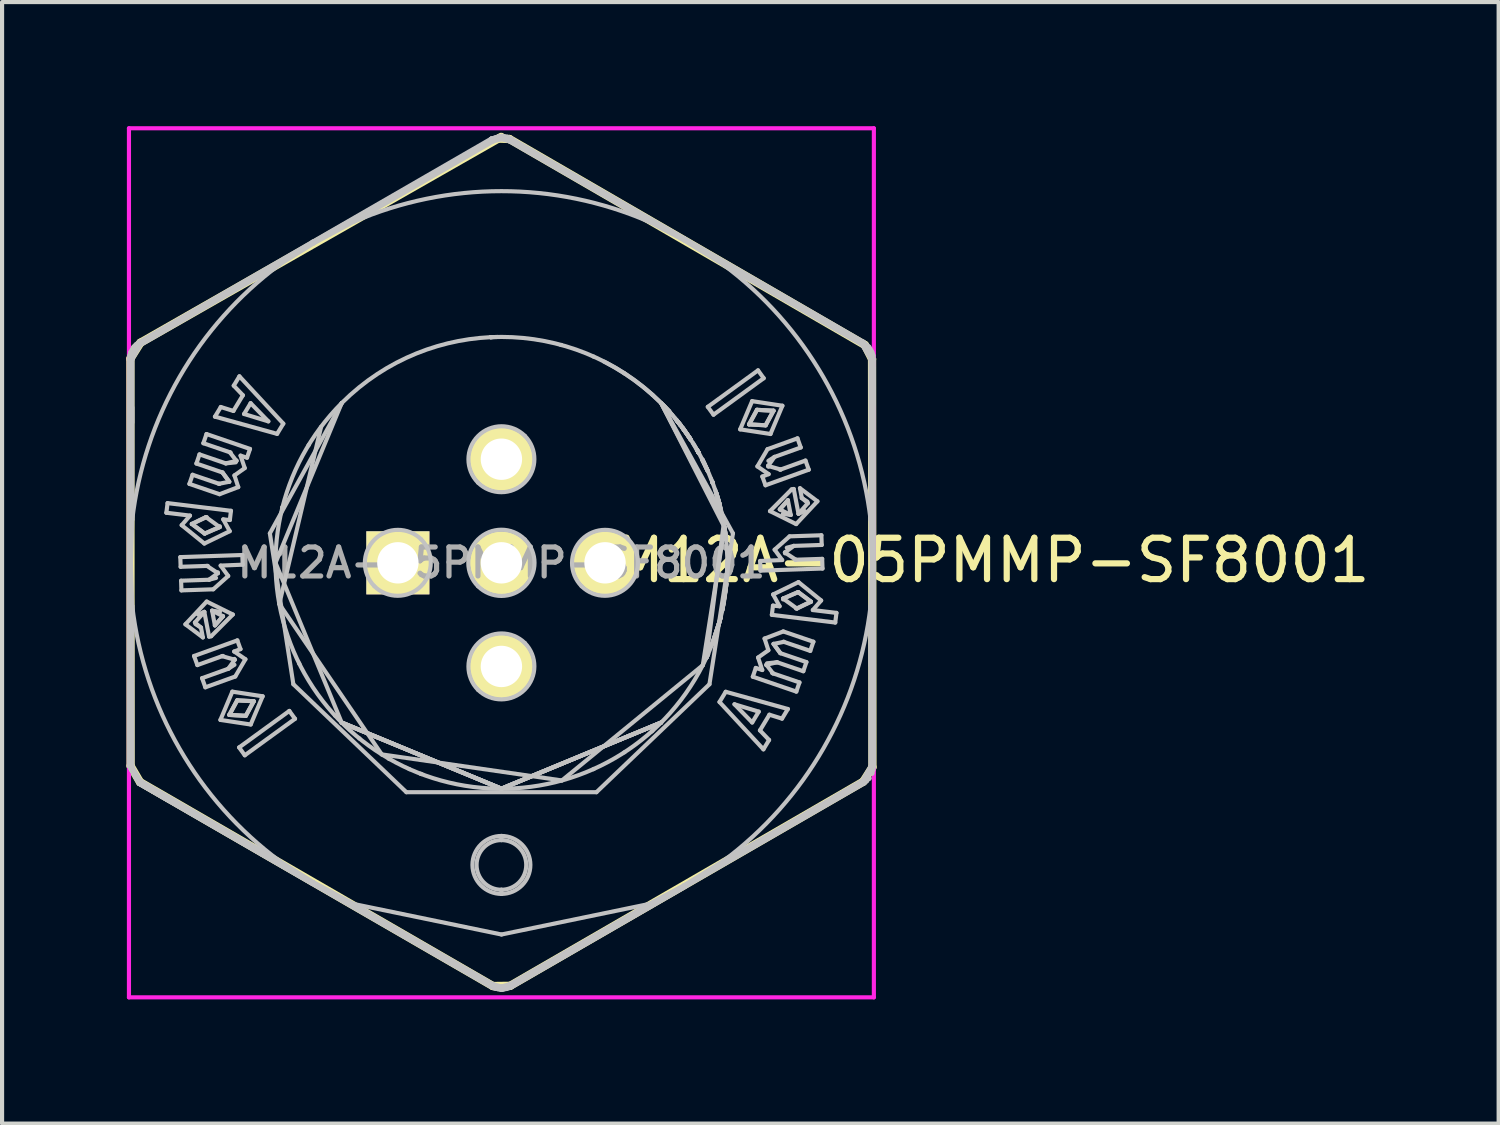
<source format=kicad_pcb>
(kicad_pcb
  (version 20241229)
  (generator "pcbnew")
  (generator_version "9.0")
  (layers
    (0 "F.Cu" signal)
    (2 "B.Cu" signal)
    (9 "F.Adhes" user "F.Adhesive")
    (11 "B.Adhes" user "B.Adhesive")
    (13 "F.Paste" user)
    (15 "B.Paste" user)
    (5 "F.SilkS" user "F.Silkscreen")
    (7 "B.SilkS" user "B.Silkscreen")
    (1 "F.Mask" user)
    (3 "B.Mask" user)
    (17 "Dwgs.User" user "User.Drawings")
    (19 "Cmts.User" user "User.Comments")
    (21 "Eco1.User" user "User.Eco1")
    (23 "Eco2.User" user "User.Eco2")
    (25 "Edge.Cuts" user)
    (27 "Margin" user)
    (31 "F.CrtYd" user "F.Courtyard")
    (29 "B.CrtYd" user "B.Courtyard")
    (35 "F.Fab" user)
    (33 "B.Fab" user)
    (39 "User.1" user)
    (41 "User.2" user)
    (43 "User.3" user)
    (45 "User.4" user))
  (footprint "M12A-05PMMP-SF8001"
    (layer "F.Cu")
    (at 9.066 10.55)
    (property "Reference" "M12A-05PMMP-SF8001" (at 11.877 -0.061 0) (layer "F.SilkS") (effects (font (size 1 1) (thickness 0.15))))
    (attr through_hole)
    (fp_line (start -8.966 -4.933) (end -8.961 4.907) (stroke (width 0.2) (type solid)) (layer "F.SilkS"))
    (fp_line (start -8.961 4.907) (end -8.733 5.298) (stroke (width 0.2) (type solid)) (layer "F.SilkS"))
    (fp_line (start -8.733 5.298) (end -0.208 10.226) (stroke (width 0.2) (type solid)) (layer "F.SilkS"))
    (fp_line (start -8.722 -5.319) (end -8.966 -4.933) (stroke (width 0.2) (type solid)) (layer "F.SilkS"))
    (fp_line (start -0.208 10.226) (end 0.213 10.221) (stroke (width 0.2) (type solid)) (layer "F.SilkS"))
    (fp_line (start -0.005 -10.292) (end -8.722 -5.319) (stroke (width 0.2) (type solid)) (layer "F.SilkS"))
    (fp_line (start 0.193 -10.241) (end -0.066 -10.251) (stroke (width 0.2) (type solid)) (layer "F.SilkS"))
    (fp_line (start 0.213 10.221) (end 8.743 5.288) (stroke (width 0.2) (type solid)) (layer "F.SilkS"))
    (fp_line (start 8.743 5.288) (end 8.966 4.938) (stroke (width 0.2) (type solid)) (layer "F.SilkS"))
    (fp_line (start 8.783 -5.263) (end 0.193 -10.241) (stroke (width 0.2) (type solid)) (layer "F.SilkS"))
    (fp_line (start 8.956 -4.923) (end 8.783 -5.263) (stroke (width 0.2) (type solid)) (layer "F.SilkS"))
    (fp_line (start 8.966 4.938) (end 8.956 -4.923) (stroke (width 0.2) (type solid)) (layer "F.SilkS"))
    (fp_line (start -9 -4.907) (end -8.918 -4.918) (stroke (width 0.1) (type solid)) (layer "Dwgs.User"))
    (fp_line (start -9 0.015) (end -9 -4.907) (stroke (width 0.1) (type solid)) (layer "Dwgs.User"))
    (fp_line (start -9 0.015) (end -8.953 0.015) (stroke (width 0.1) (type solid)) (layer "Dwgs.User"))
    (fp_line (start -9 4.907) (end -9 0.015) (stroke (width 0.1) (type solid)) (layer "Dwgs.User"))
    (fp_line (start -9 4.907) (end -8.75 5.34) (stroke (width 0.1) (type solid)) (layer "Dwgs.User"))
    (fp_line (start -9 -4.907) (end -8.994 -4.984) (stroke (width 0.1) (type solid)) (layer "Dwgs.User"))
    (fp_line (start -9 4.907) (end -8.75 5.34) (stroke (width 0.1) (type solid)) (layer "Dwgs.User"))
    (fp_line (start -8.994 -4.986) (end -8.971 -5.076) (stroke (width 0.1) (type solid)) (layer "Dwgs.User"))
    (fp_line (start -8.989 -5.012) (end -9 -4.908) (stroke (width 0.1) (type solid)) (layer "Dwgs.User"))
    (fp_line (start -8.962 -5.099) (end -8.971 -5.075) (stroke (width 0.1) (type solid)) (layer "Dwgs.User"))
    (fp_line (start -8.962 -5.1) (end -8.899 -5.209) (stroke (width 0.1) (type solid)) (layer "Dwgs.User"))
    (fp_line (start -8.953 0.015) (end -8.921 -1.039) (stroke (width 0.1) (type solid)) (layer "Dwgs.User"))
    (fp_line (start -8.95 -4.916) (end -8.992 -4.911) (stroke (width 0.1) (type solid)) (layer "Dwgs.User"))
    (fp_line (start -8.921 -1.039) (end -8.918 -4.917) (stroke (width 0.1) (type solid)) (layer "Dwgs.User"))
    (fp_line (start -8.921 1.039) (end -8.953 0.015) (stroke (width 0.1) (type solid)) (layer "Dwgs.User"))
    (fp_line (start -8.919 -3.757) (end -8.919 -3.388) (stroke (width 0.1) (type solid)) (layer "Dwgs.User"))
    (fp_line (start -8.918 -4.918) (end -8.918 -4.917) (stroke (width 0.1) (type solid)) (layer "Dwgs.User"))
    (fp_line (start -8.918 -4.917) (end -8.718 -5.265) (stroke (width 0.1) (type solid)) (layer "Dwgs.User"))
    (fp_line (start -8.918 4.918) (end -9 4.907) (stroke (width 0.1) (type solid)) (layer "Dwgs.User"))
    (fp_line (start -8.918 4.92) (end -8.921 1.039) (stroke (width 0.1) (type solid)) (layer "Dwgs.User"))
    (fp_line (start -8.901 5.034) (end -8.892 5.059) (stroke (width 0.1) (type solid)) (layer "Dwgs.User"))
    (fp_line (start -8.885 -5.227) (end -8.9 -5.207) (stroke (width 0.1) (type solid)) (layer "Dwgs.User"))
    (fp_line (start -8.884 -5.228) (end -8.836 -5.278) (stroke (width 0.1) (type solid)) (layer "Dwgs.User"))
    (fp_line (start -8.876 5.097) (end -8.875 5.099) (stroke (width 0.1) (type solid)) (layer "Dwgs.User"))
    (fp_line (start -8.875 5.099) (end -8.875 5.099) (stroke (width 0.1) (type solid)) (layer "Dwgs.User"))
    (fp_line (start -8.874 5.1) (end -8.874 5.1) (stroke (width 0.1) (type solid)) (layer "Dwgs.User"))
    (fp_line (start -8.874 5.1) (end -8.874 5.1) (stroke (width 0.1) (type solid)) (layer "Dwgs.User"))
    (fp_line (start -8.874 5.101) (end -8.873 5.101) (stroke (width 0.1) (type solid)) (layer "Dwgs.User"))
    (fp_line (start -8.873 5.102) (end -8.873 5.102) (stroke (width 0.1) (type solid)) (layer "Dwgs.User"))
    (fp_line (start -8.873 5.103) (end -8.873 5.103) (stroke (width 0.1) (type solid)) (layer "Dwgs.User"))
    (fp_line (start -8.872 5.104) (end -8.872 5.104) (stroke (width 0.1) (type solid)) (layer "Dwgs.User"))
    (fp_line (start -8.871 5.105) (end -8.871 5.105) (stroke (width 0.1) (type solid)) (layer "Dwgs.User"))
    (fp_line (start -8.835 -5.279) (end -8.837 -5.277) (stroke (width 0.1) (type solid)) (layer "Dwgs.User"))
    (fp_line (start -8.802 -5.306) (end -8.75 -5.34) (stroke (width 0.1) (type solid)) (layer "Dwgs.User"))
    (fp_line (start -8.75 5.34) (end -9 4.907) (stroke (width 0.1) (type solid)) (layer "Dwgs.User"))
    (fp_line (start -8.75 -5.34) (end -4.565 -7.757) (stroke (width 0.1) (type solid)) (layer "Dwgs.User"))
    (fp_line (start -8.75 -5.34) (end -9 -4.907) (stroke (width 0.1) (type solid)) (layer "Dwgs.User"))
    (fp_line (start -8.75 5.34) (end -8.056 5.741) (stroke (width 0.1) (type solid)) (layer "Dwgs.User"))
    (fp_line (start -8.75 5.34) (end -4.565 7.757) (stroke (width 0.1) (type solid)) (layer "Dwgs.User"))
    (fp_line (start -8.75 5.34) (end -4.565 7.757) (stroke (width 0.1) (type solid)) (layer "Dwgs.User"))
    (fp_line (start -8.75 -5.34) (end -9 -4.906) (stroke (width 0.1) (type solid)) (layer "Dwgs.User"))
    (fp_line (start -8.75 5.34) (end -9 4.908) (stroke (width 0.1) (type solid)) (layer "Dwgs.User"))
    (fp_line (start -8.75 5.341) (end -8.718 5.264) (stroke (width 0.1) (type solid)) (layer "Dwgs.User"))
    (fp_line (start -8.72 5.263) (end -8.918 4.92) (stroke (width 0.1) (type solid)) (layer "Dwgs.User"))
    (fp_line (start -8.718 -5.265) (end -5.361 -7.206) (stroke (width 0.1) (type solid)) (layer "Dwgs.User"))
    (fp_line (start -8.718 -5.265) (end -8.75 -5.34) (stroke (width 0.1) (type solid)) (layer "Dwgs.User"))
    (fp_line (start -8.096 -1.21) (end -7.525 -1.141) (stroke (width 0.1) (type solid)) (layer "Dwgs.User"))
    (fp_line (start -8.067 -1.443) (end -8.096 -1.21) (stroke (width 0.1) (type solid)) (layer "Dwgs.User"))
    (fp_line (start -8.056 5.741) (end -8.75 5.34) (stroke (width 0.1) (type solid)) (layer "Dwgs.User"))
    (fp_line (start -7.759 -0.138) (end -7.751 0.096) (stroke (width 0.1) (type solid)) (layer "Dwgs.User"))
    (fp_line (start -7.751 0.096) (end -7.114 0.075) (stroke (width 0.1) (type solid)) (layer "Dwgs.User"))
    (fp_line (start -7.74 0.432) (end -7.732 0.666) (stroke (width 0.1) (type solid)) (layer "Dwgs.User"))
    (fp_line (start -7.732 0.666) (end -6.963 0.64) (stroke (width 0.1) (type solid)) (layer "Dwgs.User"))
    (fp_line (start -7.726 -0.91) (end -7.178 -0.466) (stroke (width 0.1) (type solid)) (layer "Dwgs.User"))
    (fp_line (start -7.636 1.486) (end -7.214 1.803) (stroke (width 0.1) (type solid)) (layer "Dwgs.User"))
    (fp_line (start -7.539 -1.907) (end -6.811 -1.658) (stroke (width 0.1) (type solid)) (layer "Dwgs.User"))
    (fp_line (start -7.525 -1.141) (end -7.726 -0.91) (stroke (width 0.1) (type solid)) (layer "Dwgs.User"))
    (fp_line (start -7.48 -0.939) (end -7.138 -1.104) (stroke (width 0.1) (type solid)) (layer "Dwgs.User"))
    (fp_line (start -7.48 -0.939) (end -7.138 -1.104) (stroke (width 0.1) (type solid)) (layer "Dwgs.User"))
    (fp_line (start -7.463 -2.128) (end -7.539 -1.907) (stroke (width 0.1) (type solid)) (layer "Dwgs.User"))
    (fp_line (start -7.427 2.251) (end -7.347 2.471) (stroke (width 0.1) (type solid)) (layer "Dwgs.User"))
    (fp_line (start -7.406 1.442) (end -7.179 1.185) (stroke (width 0.1) (type solid)) (layer "Dwgs.User"))
    (fp_line (start -7.37 -2.399) (end -6.74 -2.183) (stroke (width 0.1) (type solid)) (layer "Dwgs.User"))
    (fp_line (start -7.347 2.471) (end -6.748 2.255) (stroke (width 0.1) (type solid)) (layer "Dwgs.User"))
    (fp_line (start -7.332 1.249) (end -7.179 1.185) (stroke (width 0.1) (type solid)) (layer "Dwgs.User"))
    (fp_line (start -7.295 -2.62) (end -7.37 -2.399) (stroke (width 0.1) (type solid)) (layer "Dwgs.User"))
    (fp_line (start -7.259 1.566) (end -7.406 1.442) (stroke (width 0.1) (type solid)) (layer "Dwgs.User"))
    (fp_line (start -7.259 1.566) (end -7.393 1.48) (stroke (width 0.1) (type solid)) (layer "Dwgs.User"))
    (fp_line (start -7.233 2.787) (end -7.154 3.008) (stroke (width 0.1) (type solid)) (layer "Dwgs.User"))
    (fp_line (start -7.214 1.803) (end -7.259 1.566) (stroke (width 0.1) (type solid)) (layer "Dwgs.User"))
    (fp_line (start -7.202 -2.89) (end -6.562 -2.671) (stroke (width 0.1) (type solid)) (layer "Dwgs.User"))
    (fp_line (start -7.179 1.185) (end -7.064 1.784) (stroke (width 0.1) (type solid)) (layer "Dwgs.User"))
    (fp_line (start -7.178 -0.466) (end -6.565 -0.764) (stroke (width 0.1) (type solid)) (layer "Dwgs.User"))
    (fp_line (start -7.17 -0.707) (end -7.48 -0.939) (stroke (width 0.1) (type solid)) (layer "Dwgs.User"))
    (fp_line (start -7.17 -0.707) (end -7.48 -0.939) (stroke (width 0.1) (type solid)) (layer "Dwgs.User"))
    (fp_line (start -7.154 3.008) (end -6.431 2.747) (stroke (width 0.1) (type solid)) (layer "Dwgs.User"))
    (fp_line (start -7.138 -1.104) (end -7.118 -1.102) (stroke (width 0.1) (type solid)) (layer "Dwgs.User"))
    (fp_line (start -7.138 -1.104) (end -6.808 -0.864) (stroke (width 0.1) (type solid)) (layer "Dwgs.User"))
    (fp_line (start -7.126 -3.112) (end -7.202 -2.89) (stroke (width 0.1) (type solid)) (layer "Dwgs.User"))
    (fp_line (start -7.122 0.936) (end -7.636 1.486) (stroke (width 0.1) (type solid)) (layer "Dwgs.User"))
    (fp_line (start -7.114 0.075) (end -7.094 0.074) (stroke (width 0.1) (type solid)) (layer "Dwgs.User"))
    (fp_line (start -7.114 0.075) (end -6.851 0.25) (stroke (width 0.1) (type solid)) (layer "Dwgs.User"))
    (fp_line (start -7.065 0.409) (end -7.74 0.432) (stroke (width 0.1) (type solid)) (layer "Dwgs.User"))
    (fp_line (start -7.064 1.784) (end -7.013 1.774) (stroke (width 0.1) (type solid)) (layer "Dwgs.User"))
    (fp_line (start -7.013 1.774) (end -6.49 1.249) (stroke (width 0.1) (type solid)) (layer "Dwgs.User"))
    (fp_line (start -6.991 1.156) (end -6.801 1.183) (stroke (width 0.1) (type solid)) (layer "Dwgs.User"))
    (fp_line (start -6.991 1.156) (end -6.727 1.291) (stroke (width 0.1) (type solid)) (layer "Dwgs.User"))
    (fp_line (start -6.963 0.64) (end -6.602 0.318) (stroke (width 0.1) (type solid)) (layer "Dwgs.User"))
    (fp_line (start -6.923 1.512) (end -6.991 1.156) (stroke (width 0.1) (type solid)) (layer "Dwgs.User"))
    (fp_line (start -6.922 -3.532) (end -5.42 -3.116) (stroke (width 0.1) (type solid)) (layer "Dwgs.User"))
    (fp_line (start -6.896 0.365) (end -7.065 0.409) (stroke (width 0.1) (type solid)) (layer "Dwgs.User"))
    (fp_line (start -6.853 0.229) (end -6.851 0.25) (stroke (width 0.1) (type solid)) (layer "Dwgs.User"))
    (fp_line (start -6.851 0.25) (end -7.065 0.409) (stroke (width 0.1) (type solid)) (layer "Dwgs.User"))
    (fp_line (start -6.825 -1.91) (end -7.463 -2.128) (stroke (width 0.1) (type solid)) (layer "Dwgs.User"))
    (fp_line (start -6.815 -1.906) (end -6.825 -1.91) (stroke (width 0.1) (type solid)) (layer "Dwgs.User"))
    (fp_line (start -6.811 -1.658) (end -6.359 -1.83) (stroke (width 0.1) (type solid)) (layer "Dwgs.User"))
    (fp_line (start -6.808 -0.864) (end -7.17 -0.707) (stroke (width 0.1) (type solid)) (layer "Dwgs.User"))
    (fp_line (start -6.808 -0.864) (end -7.17 -0.707) (stroke (width 0.1) (type solid)) (layer "Dwgs.User"))
    (fp_line (start -6.806 -0.884) (end -6.808 -0.864) (stroke (width 0.1) (type solid)) (layer "Dwgs.User"))
    (fp_line (start -6.79 3.796) (end -6.058 3.907) (stroke (width 0.1) (type solid)) (layer "Dwgs.User"))
    (fp_line (start -6.784 0.067) (end -6.252 0.045) (stroke (width 0.1) (type solid)) (layer "Dwgs.User"))
    (fp_line (start -6.781 -3.765) (end -6.922 -3.532) (stroke (width 0.1) (type solid)) (layer "Dwgs.User"))
    (fp_line (start -6.748 2.255) (end -6.729 2.249) (stroke (width 0.1) (type solid)) (layer "Dwgs.User"))
    (fp_line (start -6.748 2.255) (end -6.444 2.341) (stroke (width 0.1) (type solid)) (layer "Dwgs.User"))
    (fp_line (start -6.74 -2.183) (end -6.576 -1.959) (stroke (width 0.1) (type solid)) (layer "Dwgs.User"))
    (fp_line (start -6.74 -2.183) (end -6.576 -1.959) (stroke (width 0.1) (type solid)) (layer "Dwgs.User"))
    (fp_line (start -6.727 1.291) (end -6.923 1.512) (stroke (width 0.1) (type solid)) (layer "Dwgs.User"))
    (fp_line (start -6.727 1.291) (end -6.923 1.512) (stroke (width 0.1) (type solid)) (layer "Dwgs.User"))
    (fp_line (start -6.722 -1.05) (end -6.562 -1.034) (stroke (width 0.1) (type solid)) (layer "Dwgs.User"))
    (fp_line (start -6.662 -2.403) (end -7.295 -2.62) (stroke (width 0.1) (type solid)) (layer "Dwgs.User"))
    (fp_line (start -6.602 0.318) (end -6.784 0.067) (stroke (width 0.1) (type solid)) (layer "Dwgs.User"))
    (fp_line (start -6.599 2.559) (end -7.233 2.787) (stroke (width 0.1) (type solid)) (layer "Dwgs.User"))
    (fp_line (start -6.576 -1.959) (end -6.825 -1.91) (stroke (width 0.1) (type solid)) (layer "Dwgs.User"))
    (fp_line (start -6.575 3.675) (end -6.384 3.323) (stroke (width 0.1) (type solid)) (layer "Dwgs.User"))
    (fp_line (start -6.575 3.675) (end -6.384 3.323) (stroke (width 0.1) (type solid)) (layer "Dwgs.User"))
    (fp_line (start -6.565 -0.764) (end -6.722 -1.05) (stroke (width 0.1) (type solid)) (layer "Dwgs.User"))
    (fp_line (start -6.562 -1.034) (end -6.535 -1.257) (stroke (width 0.1) (type solid)) (layer "Dwgs.User"))
    (fp_line (start -6.562 -2.671) (end -6.542 -2.664) (stroke (width 0.1) (type solid)) (layer "Dwgs.User"))
    (fp_line (start -6.562 -2.671) (end -6.403 -2.463) (stroke (width 0.1) (type solid)) (layer "Dwgs.User"))
    (fp_line (start -6.535 -1.257) (end -8.067 -1.443) (stroke (width 0.1) (type solid)) (layer "Dwgs.User"))
    (fp_line (start -6.502 3.113) (end -6.79 3.796) (stroke (width 0.1) (type solid)) (layer "Dwgs.User"))
    (fp_line (start -6.49 1.249) (end -7.122 0.936) (stroke (width 0.1) (type solid)) (layer "Dwgs.User"))
    (fp_line (start -6.476 -3.67) (end -6.781 -3.765) (stroke (width 0.1) (type solid)) (layer "Dwgs.User"))
    (fp_line (start -6.468 -4.281) (end -6.247 -4.049) (stroke (width 0.1) (type solid)) (layer "Dwgs.User"))
    (fp_line (start -6.457 2.143) (end -6.305 2.085) (stroke (width 0.1) (type solid)) (layer "Dwgs.User"))
    (fp_line (start -6.452 2.322) (end -6.444 2.341) (stroke (width 0.1) (type solid)) (layer "Dwgs.User"))
    (fp_line (start -6.451 -2.112) (end -6.202 -2.289) (stroke (width 0.1) (type solid)) (layer "Dwgs.User"))
    (fp_line (start -6.451 2.464) (end -6.599 2.559) (stroke (width 0.1) (type solid)) (layer "Dwgs.User"))
    (fp_line (start -6.444 2.341) (end -6.599 2.559) (stroke (width 0.1) (type solid)) (layer "Dwgs.User"))
    (fp_line (start -6.431 2.747) (end -6.186 2.33) (stroke (width 0.1) (type solid)) (layer "Dwgs.User"))
    (fp_line (start -6.419 -2.428) (end -6.662 -2.403) (stroke (width 0.1) (type solid)) (layer "Dwgs.User"))
    (fp_line (start -6.403 -2.463) (end -6.662 -2.403) (stroke (width 0.1) (type solid)) (layer "Dwgs.User"))
    (fp_line (start -6.4 -2.473) (end -6.403 -2.463) (stroke (width 0.1) (type solid)) (layer "Dwgs.User"))
    (fp_line (start -6.384 3.323) (end -5.984 3.345) (stroke (width 0.1) (type solid)) (layer "Dwgs.User"))
    (fp_line (start -6.384 3.323) (end -5.984 3.345) (stroke (width 0.1) (type solid)) (layer "Dwgs.User"))
    (fp_line (start -6.381 1.874) (end -7.427 2.251) (stroke (width 0.1) (type solid)) (layer "Dwgs.User"))
    (fp_line (start -6.359 -1.83) (end -6.451 -2.112) (stroke (width 0.1) (type solid)) (layer "Dwgs.User"))
    (fp_line (start -6.338 4.461) (end -6.201 4.651) (stroke (width 0.1) (type solid)) (layer "Dwgs.User"))
    (fp_line (start -6.331 -4.507) (end -6.468 -4.281) (stroke (width 0.1) (type solid)) (layer "Dwgs.User"))
    (fp_line (start -6.305 2.085) (end -6.381 1.874) (stroke (width 0.1) (type solid)) (layer "Dwgs.User"))
    (fp_line (start -6.303 -2.59) (end -6.147 -2.54) (stroke (width 0.1) (type solid)) (layer "Dwgs.User"))
    (fp_line (start -6.26 -0.189) (end -7.759 -0.138) (stroke (width 0.1) (type solid)) (layer "Dwgs.User"))
    (fp_line (start -6.252 0.045) (end -6.26 -0.189) (stroke (width 0.1) (type solid)) (layer "Dwgs.User"))
    (fp_line (start -6.247 -4.049) (end -6.476 -3.67) (stroke (width 0.1) (type solid)) (layer "Dwgs.User"))
    (fp_line (start -6.218 -3.596) (end -6.06 -3.858) (stroke (width 0.1) (type solid)) (layer "Dwgs.User"))
    (fp_line (start -6.202 -2.289) (end -6.303 -2.59) (stroke (width 0.1) (type solid)) (layer "Dwgs.User"))
    (fp_line (start -6.201 4.651) (end -4.987 3.769) (stroke (width 0.1) (type solid)) (layer "Dwgs.User"))
    (fp_line (start -6.186 2.33) (end -6.457 2.143) (stroke (width 0.1) (type solid)) (layer "Dwgs.User"))
    (fp_line (start -6.176 3.697) (end -6.575 3.675) (stroke (width 0.1) (type solid)) (layer "Dwgs.User"))
    (fp_line (start -6.176 3.697) (end -6.575 3.675) (stroke (width 0.1) (type solid)) (layer "Dwgs.User"))
    (fp_line (start -6.147 -2.54) (end -6.075 -2.752) (stroke (width 0.1) (type solid)) (layer "Dwgs.User"))
    (fp_line (start -6.075 -2.752) (end -7.126 -3.112) (stroke (width 0.1) (type solid)) (layer "Dwgs.User"))
    (fp_line (start -6.06 -3.858) (end -5.632 -3.418) (stroke (width 0.1) (type solid)) (layer "Dwgs.User"))
    (fp_line (start -6.058 3.907) (end -5.769 3.225) (stroke (width 0.1) (type solid)) (layer "Dwgs.User"))
    (fp_line (start -5.984 3.345) (end -6.176 3.697) (stroke (width 0.1) (type solid)) (layer "Dwgs.User"))
    (fp_line (start -5.984 3.345) (end -6.176 3.697) (stroke (width 0.1) (type solid)) (layer "Dwgs.User"))
    (fp_line (start -5.769 3.225) (end -6.502 3.113) (stroke (width 0.1) (type solid)) (layer "Dwgs.User"))
    (fp_line (start -5.632 -3.418) (end -6.218 -3.596) (stroke (width 0.1) (type solid)) (layer "Dwgs.User"))
    (fp_line (start -5.595 -0.711) (end -3.856 -3.863) (stroke (width 0.1) (type solid)) (layer "Dwgs.User"))
    (fp_line (start -5.458 0) (end -3.86 3.86) (stroke (width 0.1) (type solid)) (layer "Dwgs.User"))
    (fp_line (start -5.42 -3.116) (end -5.27 -3.363) (stroke (width 0.1) (type solid)) (layer "Dwgs.User"))
    (fp_line (start -5.367 0.994) (end -4.357 -3.287) (stroke (width 0.1) (type solid)) (layer "Dwgs.User"))
    (fp_line (start -5.36 7.206) (end -8.72 5.263) (stroke (width 0.1) (type solid)) (layer "Dwgs.User"))
    (fp_line (start -5.36 -7.206) (end -4.541 -7.716) (stroke (width 0.1) (type solid)) (layer "Dwgs.User"))
    (fp_line (start -5.359 -7.207) (end -5.36 -7.206) (stroke (width 0.1) (type solid)) (layer "Dwgs.User"))
    (fp_line (start -5.296 -1.322) (end -5.296 -1.322) (stroke (width 0.1) (type solid)) (layer "Dwgs.User"))
    (fp_line (start -5.295 -1.324) (end -5.296 -1.324) (stroke (width 0.1) (type solid)) (layer "Dwgs.User"))
    (fp_line (start -5.292 -1.338) (end -5.292 -1.337) (stroke (width 0.1) (type solid)) (layer "Dwgs.User"))
    (fp_line (start -5.289 -1.351) (end -5.292 -1.34) (stroke (width 0.1) (type solid)) (layer "Dwgs.User"))
    (fp_line (start -5.27 -3.363) (end -6.331 -4.507) (stroke (width 0.1) (type solid)) (layer "Dwgs.User"))
    (fp_line (start -5.125 3.579) (end -6.338 4.461) (stroke (width 0.1) (type solid)) (layer "Dwgs.User"))
    (fp_line (start -5.027 2.934) (end -5.595 -0.711) (stroke (width 0.1) (type solid)) (layer "Dwgs.User"))
    (fp_line (start -5.009 -7.436) (end -5.027 -7.425) (stroke (width 0.1) (type solid)) (layer "Dwgs.User"))
    (fp_line (start -4.987 3.769) (end -5.125 3.579) (stroke (width 0.1) (type solid)) (layer "Dwgs.User"))
    (fp_line (start -4.89 2.427) (end -4.882 2.441) (stroke (width 0.1) (type solid)) (layer "Dwgs.User"))
    (fp_line (start -4.652 -2.855) (end -4.662 -2.839) (stroke (width 0.1) (type solid)) (layer "Dwgs.User"))
    (fp_line (start -4.565 -7.757) (end -0.25 -10.248) (stroke (width 0.1) (type solid)) (layer "Dwgs.User"))
    (fp_line (start -4.565 7.757) (end -8.056 5.741) (stroke (width 0.1) (type solid)) (layer "Dwgs.User"))
    (fp_line (start -4.565 7.757) (end -4.541 7.716) (stroke (width 0.1) (type solid)) (layer "Dwgs.User"))
    (fp_line (start -4.565 -7.757) (end -4.541 -7.716) (stroke (width 0.1) (type solid)) (layer "Dwgs.User"))
    (fp_line (start -4.564 -7.757) (end -4.565 -7.757) (stroke (width 0.1) (type solid)) (layer "Dwgs.User"))
    (fp_line (start -4.541 7.716) (end -5.36 7.206) (stroke (width 0.1) (type solid)) (layer "Dwgs.User"))
    (fp_line (start -4.541 -7.716) (end -3.561 -8.245) (stroke (width 0.1) (type solid)) (layer "Dwgs.User"))
    (fp_line (start -4.025 3.687) (end -4.02 3.692) (stroke (width 0.1) (type solid)) (layer "Dwgs.User"))
    (fp_line (start -3.86 -3.86) (end -5.458 0) (stroke (width 0.1) (type solid)) (layer "Dwgs.User"))
    (fp_line (start -3.86 3.86) (end 0 5.458) (stroke (width 0.1) (type solid)) (layer "Dwgs.User"))
    (fp_line (start -3.86 3.86) (end 0 5.458) (stroke (width 0.1) (type solid)) (layer "Dwgs.User"))
    (fp_line (start -3.86 3.86) (end 0 5.458) (stroke (width 0.1) (type solid)) (layer "Dwgs.User"))
    (fp_line (start -3.86 3.86) (end 0 5.458) (stroke (width 0.1) (type solid)) (layer "Dwgs.User"))
    (fp_line (start -3.86 3.86) (end 0 5.458) (stroke (width 0.1) (type solid)) (layer "Dwgs.User"))
    (fp_line (start -3.561 8.245) (end -3.561 8.245) (stroke (width 0.1) (type solid)) (layer "Dwgs.User"))
    (fp_line (start -3.561 8.245) (end -4.541 7.716) (stroke (width 0.1) (type solid)) (layer "Dwgs.User"))
    (fp_line (start -3.559 -8.245) (end -0.197 -10.183) (stroke (width 0.1) (type solid)) (layer "Dwgs.User"))
    (fp_line (start -3.558 8.246) (end 0.002 8.981) (stroke (width 0.1) (type solid)) (layer "Dwgs.User"))
    (fp_line (start -3.435 4.242) (end -3.431 4.246) (stroke (width 0.1) (type solid)) (layer "Dwgs.User"))
    (fp_line (start -2.892 4.629) (end -5.367 0.994) (stroke (width 0.1) (type solid)) (layer "Dwgs.User"))
    (fp_line (start -2.786 0.283) (end -2.503 0) (stroke (width 0.1) (type solid)) (layer "Dwgs.User"))
    (fp_line (start -2.729 4.727) (end -2.728 4.728) (stroke (width 0.1) (type solid)) (layer "Dwgs.User"))
    (fp_line (start -2.704 4.742) (end -2.702 4.743) (stroke (width 0.1) (type solid)) (layer "Dwgs.User"))
    (fp_line (start -2.296 5.543) (end -5.027 2.934) (stroke (width 0.1) (type solid)) (layer "Dwgs.User"))
    (fp_line (start -2.227 4.983) (end -2.225 4.985) (stroke (width 0.1) (type solid)) (layer "Dwgs.User"))
    (fp_line (start -2.22 -0.283) (end -2.503 0) (stroke (width 0.1) (type solid)) (layer "Dwgs.User"))
    (fp_line (start -1.956 5.096) (end -1.951 5.098) (stroke (width 0.1) (type solid)) (layer "Dwgs.User"))
    (fp_line (start -1.937 5.103) (end -1.933 5.105) (stroke (width 0.1) (type solid)) (layer "Dwgs.User"))
    (fp_line (start -0.283 -2.22) (end 0 -2.503) (stroke (width 0.1) (type solid)) (layer "Dwgs.User"))
    (fp_line (start -0.283 0.283) (end 0 0) (stroke (width 0.1) (type solid)) (layer "Dwgs.User"))
    (fp_line (start -0.283 2.786) (end 0 2.503) (stroke (width 0.1) (type solid)) (layer "Dwgs.User"))
    (fp_line (start -0.261 -5.452) (end -0.261 -5.452) (stroke (width 0.1) (type solid)) (layer "Dwgs.User"))
    (fp_line (start -0.256 -5.452) (end -0.26 -5.452) (stroke (width 0.1) (type solid)) (layer "Dwgs.User"))
    (fp_line (start -0.255 -5.453) (end -0.255 -5.453) (stroke (width 0.1) (type solid)) (layer "Dwgs.User"))
    (fp_line (start -0.254 -5.453) (end -0.254 -5.453) (stroke (width 0.1) (type solid)) (layer "Dwgs.User"))
    (fp_line (start -0.25 10.248) (end -4.565 7.757) (stroke (width 0.1) (type solid)) (layer "Dwgs.User"))
    (fp_line (start -0.25 10.248) (end 0 10.315) (stroke (width 0.1) (type solid)) (layer "Dwgs.User"))
    (fp_line (start -0.25 10.248) (end -4.565 7.757) (stroke (width 0.1) (type solid)) (layer "Dwgs.User"))
    (fp_line (start -0.25 -10.248) (end -0.2 -10.182) (stroke (width 0.1) (type solid)) (layer "Dwgs.User"))
    (fp_line (start -0.25 -10.248) (end -0.25 -10.248) (stroke (width 0.1) (type solid)) (layer "Dwgs.User"))
    (fp_line (start -0.233 -5.454) (end -0.253 -5.453) (stroke (width 0.1) (type solid)) (layer "Dwgs.User"))
    (fp_line (start -0.232 -5.454) (end -0.232 -5.454) (stroke (width 0.1) (type solid)) (layer "Dwgs.User"))
    (fp_line (start -0.219 -5.454) (end -0.226 -5.454) (stroke (width 0.1) (type solid)) (layer "Dwgs.User"))
    (fp_line (start -0.2 10.182) (end -0.25 10.248) (stroke (width 0.1) (type solid)) (layer "Dwgs.User"))
    (fp_line (start -0.197 10.183) (end -3.558 8.246) (stroke (width 0.1) (type solid)) (layer "Dwgs.User"))
    (fp_line (start -0.197 -10.183) (end 0 -10.236) (stroke (width 0.1) (type solid)) (layer "Dwgs.User"))
    (fp_line (start -0.188 10.278) (end -0.139 10.295) (stroke (width 0.1) (type solid)) (layer "Dwgs.User"))
    (fp_line (start -0.182 10.281) (end -0.25 10.248) (stroke (width 0.1) (type solid)) (layer "Dwgs.User"))
    (fp_line (start -0.137 10.296) (end -0.137 10.296) (stroke (width 0.1) (type solid)) (layer "Dwgs.User"))
    (fp_line (start -0.09 -5.458) (end -0.212 -5.454) (stroke (width 0.1) (type solid)) (layer "Dwgs.User"))
    (fp_line (start -0.039 -10.313) (end -0.25 -10.248) (stroke (width 0.1) (type solid)) (layer "Dwgs.User"))
    (fp_line (start -0.03 -10.314) (end 0 -10.315) (stroke (width 0.1) (type solid)) (layer "Dwgs.User"))
    (fp_line (start 0 -10.315) (end -0.25 -10.248) (stroke (width 0.1) (type solid)) (layer "Dwgs.User"))
    (fp_line (start 0 -10.315) (end 0 -10.315) (stroke (width 0.1) (type solid)) (layer "Dwgs.User"))
    (fp_line (start 0 -10.315) (end 0.087 -10.307) (stroke (width 0.1) (type solid)) (layer "Dwgs.User"))
    (fp_line (start 0 -10.315) (end 0 -10.236) (stroke (width 0.1) (type solid)) (layer "Dwgs.User"))
    (fp_line (start 0 -10.315) (end 0.248 -10.249) (stroke (width 0.1) (type solid)) (layer "Dwgs.User"))
    (fp_line (start 0 -10.315) (end -0.25 -10.248) (stroke (width 0.1) (type solid)) (layer "Dwgs.User"))
    (fp_line (start 0 -10.236) (end 0.197 -10.183) (stroke (width 0.1) (type solid)) (layer "Dwgs.User"))
    (fp_line (start 0 5.458) (end 3.86 3.86) (stroke (width 0.1) (type solid)) (layer "Dwgs.User"))
    (fp_line (start 0 5.458) (end 3.86 3.86) (stroke (width 0.1) (type solid)) (layer "Dwgs.User"))
    (fp_line (start 0 5.458) (end 3.86 3.86) (stroke (width 0.1) (type solid)) (layer "Dwgs.User"))
    (fp_line (start 0 5.458) (end 3.86 3.86) (stroke (width 0.1) (type solid)) (layer "Dwgs.User"))
    (fp_line (start 0 5.458) (end 3.86 3.86) (stroke (width 0.1) (type solid)) (layer "Dwgs.User"))
    (fp_line (start 0 6.6) (end 0 6.7) (stroke (width 0.1) (type solid)) (layer "Dwgs.User"))
    (fp_line (start 0 8) (end 0 7.9) (stroke (width 0.1) (type solid)) (layer "Dwgs.User"))
    (fp_line (start 0 10.236) (end -0.197 10.183) (stroke (width 0.1) (type solid)) (layer "Dwgs.User"))
    (fp_line (start 0 10.315) (end 0.25 10.248) (stroke (width 0.1) (type solid)) (layer "Dwgs.User"))
    (fp_line (start 0 10.315) (end -0.248 10.249) (stroke (width 0.1) (type solid)) (layer "Dwgs.User"))
    (fp_line (start 0 10.315) (end 0 10.236) (stroke (width 0.1) (type solid)) (layer "Dwgs.User"))
    (fp_line (start 0 10.315) (end -0.087 10.307) (stroke (width 0.1) (type solid)) (layer "Dwgs.User"))
    (fp_line (start 0 10.315) (end 0 10.315) (stroke (width 0.1) (type solid)) (layer "Dwgs.User"))
    (fp_line (start 0 10.315) (end 0.25 10.248) (stroke (width 0.1) (type solid)) (layer "Dwgs.User"))
    (fp_line (start 0.002 8.981) (end 3.561 8.245) (stroke (width 0.1) (type solid)) (layer "Dwgs.User"))
    (fp_line (start 0.039 10.313) (end 0.25 10.248) (stroke (width 0.1) (type solid)) (layer "Dwgs.User"))
    (fp_line (start 0.136 10.296) (end 0 10.315) (stroke (width 0.1) (type solid)) (layer "Dwgs.User"))
    (fp_line (start 0.137 -10.296) (end 0.137 -10.296) (stroke (width 0.1) (type solid)) (layer "Dwgs.User"))
    (fp_line (start 0.182 -10.281) (end 0.25 -10.248) (stroke (width 0.1) (type solid)) (layer "Dwgs.User"))
    (fp_line (start 0.188 -10.278) (end 0.139 -10.295) (stroke (width 0.1) (type solid)) (layer "Dwgs.User"))
    (fp_line (start 0.197 -10.183) (end 3.559 -8.246) (stroke (width 0.1) (type solid)) (layer "Dwgs.User"))
    (fp_line (start 0.199 10.182) (end 0 10.236) (stroke (width 0.1) (type solid)) (layer "Dwgs.User"))
    (fp_line (start 0.2 -10.182) (end 0.25 -10.248) (stroke (width 0.1) (type solid)) (layer "Dwgs.User"))
    (fp_line (start 0.25 10.248) (end 0.25 10.248) (stroke (width 0.1) (type solid)) (layer "Dwgs.User"))
    (fp_line (start 0.25 10.248) (end 0.2 10.182) (stroke (width 0.1) (type solid)) (layer "Dwgs.User"))
    (fp_line (start 0.25 10.248) (end 0.174 10.284) (stroke (width 0.1) (type solid)) (layer "Dwgs.User"))
    (fp_line (start 0.25 -10.248) (end 0 -10.315) (stroke (width 0.1) (type solid)) (layer "Dwgs.User"))
    (fp_line (start 0.25 -10.248) (end 4.427 -7.836) (stroke (width 0.1) (type solid)) (layer "Dwgs.User"))
    (fp_line (start 0.25 10.248) (end 4.426 7.837) (stroke (width 0.1) (type solid)) (layer "Dwgs.User"))
    (fp_line (start 0.283 -2.786) (end 0 -2.503) (stroke (width 0.1) (type solid)) (layer "Dwgs.User"))
    (fp_line (start 0.283 -0.283) (end 0 0) (stroke (width 0.1) (type solid)) (layer "Dwgs.User"))
    (fp_line (start 0.283 2.22) (end 0 2.503) (stroke (width 0.1) (type solid)) (layer "Dwgs.User"))
    (fp_line (start 1.443 -5.264) (end 1.44 -5.265) (stroke (width 0.1) (type solid)) (layer "Dwgs.User"))
    (fp_line (start 1.445 -5.264) (end 1.445 -5.264) (stroke (width 0.1) (type solid)) (layer "Dwgs.User"))
    (fp_line (start 1.461 5.259) (end -2.892 4.629) (stroke (width 0.1) (type solid)) (layer "Dwgs.User"))
    (fp_line (start 2.22 4.987) (end 2.235 4.98) (stroke (width 0.1) (type solid)) (layer "Dwgs.User"))
    (fp_line (start 2.22 0.283) (end 2.503 0) (stroke (width 0.1) (type solid)) (layer "Dwgs.User"))
    (fp_line (start 2.229 -4.983) (end 2.225 -4.984) (stroke (width 0.1) (type solid)) (layer "Dwgs.User"))
    (fp_line (start 2.296 5.543) (end -2.296 5.543) (stroke (width 0.1) (type solid)) (layer "Dwgs.User"))
    (fp_line (start 2.786 -0.283) (end 2.503 0) (stroke (width 0.1) (type solid)) (layer "Dwgs.User"))
    (fp_line (start 2.969 4.58) (end 2.973 4.578) (stroke (width 0.1) (type solid)) (layer "Dwgs.User"))
    (fp_line (start 2.973 -4.578) (end 2.969 -4.58) (stroke (width 0.1) (type solid)) (layer "Dwgs.User"))
    (fp_line (start 3.558 8.246) (end 0.199 10.182) (stroke (width 0.1) (type solid)) (layer "Dwgs.User"))
    (fp_line (start 3.561 -8.245) (end 4.403 -7.795) (stroke (width 0.1) (type solid)) (layer "Dwgs.User"))
    (fp_line (start 3.632 4.075) (end 3.652 4.056) (stroke (width 0.1) (type solid)) (layer "Dwgs.User"))
    (fp_line (start 3.652 -4.056) (end 3.649 -4.059) (stroke (width 0.1) (type solid)) (layer "Dwgs.User"))
    (fp_line (start 3.86 -3.86) (end 5.391 -0.856) (stroke (width 0.1) (type solid)) (layer "Dwgs.User"))
    (fp_line (start 3.86 -3.86) (end 5.595 -0.711) (stroke (width 0.1) (type solid)) (layer "Dwgs.User"))
    (fp_line (start 3.892 -3.828) (end 3.889 -3.831) (stroke (width 0.1) (type solid)) (layer "Dwgs.User"))
    (fp_line (start 3.921 -3.798) (end 3.892 -3.827) (stroke (width 0.1) (type solid)) (layer "Dwgs.User"))
    (fp_line (start 3.964 -3.752) (end 3.941 -3.777) (stroke (width 0.1) (type solid)) (layer "Dwgs.User"))
    (fp_line (start 4.02 -3.693) (end 4.005 -3.709) (stroke (width 0.1) (type solid)) (layer "Dwgs.User"))
    (fp_line (start 4.045 -3.665) (end 4.044 -3.666) (stroke (width 0.1) (type solid)) (layer "Dwgs.User"))
    (fp_line (start 4.046 -3.664) (end 4.045 -3.665) (stroke (width 0.1) (type solid)) (layer "Dwgs.User"))
    (fp_line (start 4.051 -3.659) (end 3.886 -3.834) (stroke (width 0.1) (type solid)) (layer "Dwgs.User"))
    (fp_line (start 4.051 -3.659) (end 3.92 -3.799) (stroke (width 0.1) (type solid)) (layer "Dwgs.User"))
    (fp_line (start 4.051 -3.659) (end 3.92 -3.799) (stroke (width 0.1) (type solid)) (layer "Dwgs.User"))
    (fp_line (start 4.051 -3.659) (end 3.92 -3.799) (stroke (width 0.1) (type solid)) (layer "Dwgs.User"))
    (fp_line (start 4.056 -3.653) (end 4.047 -3.663) (stroke (width 0.1) (type solid)) (layer "Dwgs.User"))
    (fp_line (start 4.057 -3.652) (end 4.056 -3.652) (stroke (width 0.1) (type solid)) (layer "Dwgs.User"))
    (fp_line (start 4.059 -3.65) (end 4.058 -3.651) (stroke (width 0.1) (type solid)) (layer "Dwgs.User"))
    (fp_line (start 4.06 -3.649) (end 4.059 -3.649) (stroke (width 0.1) (type solid)) (layer "Dwgs.User"))
    (fp_line (start 4.073 -3.635) (end 4.061 -3.648) (stroke (width 0.1) (type solid)) (layer "Dwgs.User"))
    (fp_line (start 4.113 -3.588) (end 4.093 -3.612) (stroke (width 0.1) (type solid)) (layer "Dwgs.User"))
    (fp_line (start 4.154 -3.541) (end 4.131 -3.568) (stroke (width 0.1) (type solid)) (layer "Dwgs.User"))
    (fp_line (start 4.208 -3.477) (end 4.189 -3.499) (stroke (width 0.1) (type solid)) (layer "Dwgs.User"))
    (fp_line (start 4.233 -3.446) (end 4.229 -3.451) (stroke (width 0.1) (type solid)) (layer "Dwgs.User"))
    (fp_line (start 4.241 -3.436) (end 4.234 -3.445) (stroke (width 0.1) (type solid)) (layer "Dwgs.User"))
    (fp_line (start 4.242 -3.435) (end 4.242 -3.436) (stroke (width 0.1) (type solid)) (layer "Dwgs.User"))
    (fp_line (start 4.257 -3.416) (end 4.242 -3.435) (stroke (width 0.1) (type solid)) (layer "Dwgs.User"))
    (fp_line (start 4.296 -3.367) (end 4.277 -3.391) (stroke (width 0.1) (type solid)) (layer "Dwgs.User"))
    (fp_line (start 4.312 -3.346) (end 4.312 -3.347) (stroke (width 0.1) (type solid)) (layer "Dwgs.User"))
    (fp_line (start 4.321 -3.335) (end 4.313 -3.346) (stroke (width 0.1) (type solid)) (layer "Dwgs.User"))
    (fp_line (start 4.33 -3.324) (end 4.326 -3.329) (stroke (width 0.1) (type solid)) (layer "Dwgs.User"))
    (fp_line (start 4.335 -3.317) (end 4.239 -3.439) (stroke (width 0.1) (type solid)) (layer "Dwgs.User"))
    (fp_line (start 4.335 -3.317) (end 4.239 -3.439) (stroke (width 0.1) (type solid)) (layer "Dwgs.User"))
    (fp_line (start 4.335 -3.317) (end 4.239 -3.439) (stroke (width 0.1) (type solid)) (layer "Dwgs.User"))
    (fp_line (start 4.335 -3.317) (end 4.239 -3.439) (stroke (width 0.1) (type solid)) (layer "Dwgs.User"))
    (fp_line (start 4.366 -3.276) (end 4.364 -3.278) (stroke (width 0.1) (type solid)) (layer "Dwgs.User"))
    (fp_line (start 4.368 -3.273) (end 4.367 -3.275) (stroke (width 0.1) (type solid)) (layer "Dwgs.User"))
    (fp_line (start 4.371 -3.27) (end 4.369 -3.272) (stroke (width 0.1) (type solid)) (layer "Dwgs.User"))
    (fp_line (start 4.373 -3.267) (end 4.371 -3.27) (stroke (width 0.1) (type solid)) (layer "Dwgs.User"))
    (fp_line (start 4.376 -3.263) (end 4.373 -3.266) (stroke (width 0.1) (type solid)) (layer "Dwgs.User"))
    (fp_line (start 4.378 -3.26) (end 4.376 -3.262) (stroke (width 0.1) (type solid)) (layer "Dwgs.User"))
    (fp_line (start 4.38 -3.257) (end 4.378 -3.26) (stroke (width 0.1) (type solid)) (layer "Dwgs.User"))
    (fp_line (start 4.382 -3.254) (end 4.38 -3.257) (stroke (width 0.1) (type solid)) (layer "Dwgs.User"))
    (fp_line (start 4.402 7.796) (end 3.561 8.245) (stroke (width 0.1) (type solid)) (layer "Dwgs.User"))
    (fp_line (start 4.403 -7.795) (end 5.36 -7.206) (stroke (width 0.1) (type solid)) (layer "Dwgs.User"))
    (fp_line (start 4.404 -3.225) (end 4.396 -3.236) (stroke (width 0.1) (type solid)) (layer "Dwgs.User"))
    (fp_line (start 4.404 -3.225) (end 4.396 -3.236) (stroke (width 0.1) (type solid)) (layer "Dwgs.User"))
    (fp_line (start 4.404 -3.225) (end 4.396 -3.236) (stroke (width 0.1) (type solid)) (layer "Dwgs.User"))
    (fp_line (start 4.404 -3.225) (end 4.396 -3.236) (stroke (width 0.1) (type solid)) (layer "Dwgs.User"))
    (fp_line (start 4.406 -3.222) (end 4.404 -3.224) (stroke (width 0.1) (type solid)) (layer "Dwgs.User"))
    (fp_line (start 4.426 7.837) (end 0.25 10.248) (stroke (width 0.1) (type solid)) (layer "Dwgs.User"))
    (fp_line (start 4.426 7.837) (end 4.402 7.796) (stroke (width 0.1) (type solid)) (layer "Dwgs.User"))
    (fp_line (start 4.427 -7.836) (end 8.75 -5.34) (stroke (width 0.1) (type solid)) (layer "Dwgs.User"))
    (fp_line (start 4.427 -7.836) (end 4.403 -7.795) (stroke (width 0.1) (type solid)) (layer "Dwgs.User"))
    (fp_line (start 4.427 -7.836) (end 4.427 -7.837) (stroke (width 0.1) (type solid)) (layer "Dwgs.User"))
    (fp_line (start 4.429 -3.19) (end 4.407 -3.221) (stroke (width 0.1) (type solid)) (layer "Dwgs.User"))
    (fp_line (start 4.466 -3.138) (end 4.448 -3.164) (stroke (width 0.1) (type solid)) (layer "Dwgs.User"))
    (fp_line (start 4.509 -3.077) (end 4.489 -3.105) (stroke (width 0.1) (type solid)) (layer "Dwgs.User"))
    (fp_line (start 4.545 -3.023) (end 4.545 -3.023) (stroke (width 0.1) (type solid)) (layer "Dwgs.User"))
    (fp_line (start 4.546 -3.022) (end 4.546 -3.022) (stroke (width 0.1) (type solid)) (layer "Dwgs.User"))
    (fp_line (start 4.567 -2.99) (end 4.529 -3.047) (stroke (width 0.1) (type solid)) (layer "Dwgs.User"))
    (fp_line (start 4.575 -2.977) (end 4.405 -3.224) (stroke (width 0.1) (type solid)) (layer "Dwgs.User"))
    (fp_line (start 4.575 -2.977) (end 4.405 -3.224) (stroke (width 0.1) (type solid)) (layer "Dwgs.User"))
    (fp_line (start 4.575 -2.977) (end 4.405 -3.224) (stroke (width 0.1) (type solid)) (layer "Dwgs.User"))
    (fp_line (start 4.575 -2.977) (end 4.405 -3.224) (stroke (width 0.1) (type solid)) (layer "Dwgs.User"))
    (fp_line (start 4.695 -2.785) (end 4.627 -2.896) (stroke (width 0.1) (type solid)) (layer "Dwgs.User"))
    (fp_line (start 4.727 -2.729) (end 4.726 -2.732) (stroke (width 0.1) (type solid)) (layer "Dwgs.User"))
    (fp_line (start 4.737 -2.712) (end 4.727 -2.729) (stroke (width 0.1) (type solid)) (layer "Dwgs.User"))
    (fp_line (start 4.763 -2.667) (end 4.761 -2.669) (stroke (width 0.1) (type solid)) (layer "Dwgs.User"))
    (fp_line (start 4.763 -2.666) (end 4.763 -2.666) (stroke (width 0.1) (type solid)) (layer "Dwgs.User"))
    (fp_line (start 4.764 -2.664) (end 4.764 -2.664) (stroke (width 0.1) (type solid)) (layer "Dwgs.User"))
    (fp_line (start 4.765 -2.663) (end 4.765 -2.663) (stroke (width 0.1) (type solid)) (layer "Dwgs.User"))
    (fp_line (start 4.766 -2.661) (end 4.765 -2.662) (stroke (width 0.1) (type solid)) (layer "Dwgs.User"))
    (fp_line (start 4.766 -2.66) (end 4.766 -2.661) (stroke (width 0.1) (type solid)) (layer "Dwgs.User"))
    (fp_line (start 4.767 -2.659) (end 4.723 -2.736) (stroke (width 0.1) (type solid)) (layer "Dwgs.User"))
    (fp_line (start 4.767 -2.659) (end 4.723 -2.736) (stroke (width 0.1) (type solid)) (layer "Dwgs.User"))
    (fp_line (start 4.767 -2.659) (end 4.723 -2.736) (stroke (width 0.1) (type solid)) (layer "Dwgs.User"))
    (fp_line (start 4.767 -2.659) (end 4.723 -2.736) (stroke (width 0.1) (type solid)) (layer "Dwgs.User"))
    (fp_line (start 4.861 -2.483) (end 4.855 -2.495) (stroke (width 0.1) (type solid)) (layer "Dwgs.User"))
    (fp_line (start 4.861 -2.483) (end 4.855 -2.495) (stroke (width 0.1) (type solid)) (layer "Dwgs.User"))
    (fp_line (start 4.861 -2.483) (end 4.855 -2.495) (stroke (width 0.1) (type solid)) (layer "Dwgs.User"))
    (fp_line (start 4.866 2.474) (end 1.461 5.259) (stroke (width 0.1) (type solid)) (layer "Dwgs.User"))
    (fp_line (start 4.89 -2.427) (end 4.882 -2.441) (stroke (width 0.1) (type solid)) (layer "Dwgs.User"))
    (fp_line (start 4.901 -2.403) (end 4.895 -2.415) (stroke (width 0.1) (type solid)) (layer "Dwgs.User"))
    (fp_line (start 4.954 2.292) (end 4.994 2.204) (stroke (width 0.1) (type solid)) (layer "Dwgs.User"))
    (fp_line (start 4.954 2.292) (end 4.994 2.204) (stroke (width 0.1) (type solid)) (layer "Dwgs.User"))
    (fp_line (start 4.954 2.292) (end 4.994 2.204) (stroke (width 0.1) (type solid)) (layer "Dwgs.User"))
    (fp_line (start 4.954 2.292) (end 4.994 2.204) (stroke (width 0.1) (type solid)) (layer "Dwgs.User"))
    (fp_line (start 4.954 2.292) (end 5.374 -0.956) (stroke (width 0.1) (type solid)) (layer "Dwgs.User"))
    (fp_line (start 4.984 -2.225) (end 4.861 -2.483) (stroke (width 0.1) (type solid)) (layer "Dwgs.User"))
    (fp_line (start 4.984 -2.225) (end 4.861 -2.483) (stroke (width 0.1) (type solid)) (layer "Dwgs.User"))
    (fp_line (start 4.984 -2.225) (end 4.861 -2.483) (stroke (width 0.1) (type solid)) (layer "Dwgs.User"))
    (fp_line (start 4.984 -2.225) (end 4.855 -2.495) (stroke (width 0.1) (type solid)) (layer "Dwgs.User"))
    (fp_line (start 4.987 -3.769) (end 5.125 -3.579) (stroke (width 0.1) (type solid)) (layer "Dwgs.User"))
    (fp_line (start 5.027 2.934) (end 2.296 5.543) (stroke (width 0.1) (type solid)) (layer "Dwgs.User"))
    (fp_line (start 5.066 -2.031) (end 5.065 -2.034) (stroke (width 0.1) (type solid)) (layer "Dwgs.User"))
    (fp_line (start 5.095 -1.958) (end 5.095 -1.958) (stroke (width 0.1) (type solid)) (layer "Dwgs.User"))
    (fp_line (start 5.096 -1.956) (end 5.096 -1.957) (stroke (width 0.1) (type solid)) (layer "Dwgs.User"))
    (fp_line (start 5.099 1.949) (end 5.269 1.426) (stroke (width 0.1) (type solid)) (layer "Dwgs.User"))
    (fp_line (start 5.099 1.949) (end 5.269 1.426) (stroke (width 0.1) (type solid)) (layer "Dwgs.User"))
    (fp_line (start 5.099 1.949) (end 5.269 1.426) (stroke (width 0.1) (type solid)) (layer "Dwgs.User"))
    (fp_line (start 5.099 1.949) (end 5.269 1.426) (stroke (width 0.1) (type solid)) (layer "Dwgs.User"))
    (fp_line (start 5.108 -1.925) (end 5.092 -1.966) (stroke (width 0.1) (type solid)) (layer "Dwgs.User"))
    (fp_line (start 5.108 -1.925) (end 5.092 -1.966) (stroke (width 0.1) (type solid)) (layer "Dwgs.User"))
    (fp_line (start 5.108 -1.925) (end 5.092 -1.966) (stroke (width 0.1) (type solid)) (layer "Dwgs.User"))
    (fp_line (start 5.108 -1.925) (end 5.092 -1.966) (stroke (width 0.1) (type solid)) (layer "Dwgs.User"))
    (fp_line (start 5.125 -3.579) (end 6.338 -4.461) (stroke (width 0.1) (type solid)) (layer "Dwgs.User"))
    (fp_line (start 5.203 -1.65) (end 5.201 -1.656) (stroke (width 0.1) (type solid)) (layer "Dwgs.User"))
    (fp_line (start 5.213 -1.62) (end 5.165 -1.767) (stroke (width 0.1) (type solid)) (layer "Dwgs.User"))
    (fp_line (start 5.237 -1.539) (end 5.229 -1.566) (stroke (width 0.1) (type solid)) (layer "Dwgs.User"))
    (fp_line (start 5.27 -1.423) (end 5.19 -1.691) (stroke (width 0.1) (type solid)) (layer "Dwgs.User"))
    (fp_line (start 5.27 -1.423) (end 5.19 -1.691) (stroke (width 0.1) (type solid)) (layer "Dwgs.User"))
    (fp_line (start 5.27 -1.423) (end 5.19 -1.691) (stroke (width 0.1) (type solid)) (layer "Dwgs.User"))
    (fp_line (start 5.27 3.363) (end 6.331 4.507) (stroke (width 0.1) (type solid)) (layer "Dwgs.User"))
    (fp_line (start 5.272 -1.414) (end 5.185 -1.705) (stroke (width 0.1) (type solid)) (layer "Dwgs.User"))
    (fp_line (start 5.282 1.377) (end 5.296 1.323) (stroke (width 0.1) (type solid)) (layer "Dwgs.User"))
    (fp_line (start 5.282 1.377) (end 5.296 1.323) (stroke (width 0.1) (type solid)) (layer "Dwgs.User"))
    (fp_line (start 5.282 1.377) (end 5.296 1.323) (stroke (width 0.1) (type solid)) (layer "Dwgs.User"))
    (fp_line (start 5.282 1.377) (end 5.296 1.323) (stroke (width 0.1) (type solid)) (layer "Dwgs.User"))
    (fp_line (start 5.296 1.322) (end 5.299 1.311) (stroke (width 0.1) (type solid)) (layer "Dwgs.User"))
    (fp_line (start 5.296 1.322) (end 5.299 1.311) (stroke (width 0.1) (type solid)) (layer "Dwgs.User"))
    (fp_line (start 5.296 1.322) (end 5.299 1.311) (stroke (width 0.1) (type solid)) (layer "Dwgs.User"))
    (fp_line (start 5.296 1.322) (end 5.299 1.311) (stroke (width 0.1) (type solid)) (layer "Dwgs.User"))
    (fp_line (start 5.297 -1.316) (end 5.261 -1.455) (stroke (width 0.1) (type solid)) (layer "Dwgs.User"))
    (fp_line (start 5.298 -1.313) (end 5.297 -1.316) (stroke (width 0.1) (type solid)) (layer "Dwgs.User"))
    (fp_line (start 5.341 1.128) (end 5.428 0.574) (stroke (width 0.1) (type solid)) (layer "Dwgs.User"))
    (fp_line (start 5.341 1.128) (end 5.428 0.574) (stroke (width 0.1) (type solid)) (layer "Dwgs.User"))
    (fp_line (start 5.341 1.128) (end 5.428 0.574) (stroke (width 0.1) (type solid)) (layer "Dwgs.User"))
    (fp_line (start 5.341 1.128) (end 5.428 0.574) (stroke (width 0.1) (type solid)) (layer "Dwgs.User"))
    (fp_line (start 5.342 -1.122) (end 5.338 -1.139) (stroke (width 0.1) (type solid)) (layer "Dwgs.User"))
    (fp_line (start 5.342 -1.122) (end 5.338 -1.139) (stroke (width 0.1) (type solid)) (layer "Dwgs.User"))
    (fp_line (start 5.342 -1.122) (end 5.338 -1.139) (stroke (width 0.1) (type solid)) (layer "Dwgs.User"))
    (fp_line (start 5.342 -1.122) (end 5.338 -1.139) (stroke (width 0.1) (type solid)) (layer "Dwgs.User"))
    (fp_line (start 5.36 7.206) (end 4.402 7.796) (stroke (width 0.1) (type solid)) (layer "Dwgs.User"))
    (fp_line (start 5.36 -7.206) (end 8.72 -5.263) (stroke (width 0.1) (type solid)) (layer "Dwgs.User"))
    (fp_line (start 5.374 -0.956) (end 3.86 -3.86) (stroke (width 0.1) (type solid)) (layer "Dwgs.User"))
    (fp_line (start 5.391 -0.856) (end 4.866 2.474) (stroke (width 0.1) (type solid)) (layer "Dwgs.User"))
    (fp_line (start 5.42 3.116) (end 5.27 3.363) (stroke (width 0.1) (type solid)) (layer "Dwgs.User"))
    (fp_line (start 5.428 -0.581) (end 5.391 -0.858) (stroke (width 0.1) (type solid)) (layer "Dwgs.User"))
    (fp_line (start 5.428 -0.581) (end 5.391 -0.858) (stroke (width 0.1) (type solid)) (layer "Dwgs.User"))
    (fp_line (start 5.428 -0.581) (end 5.391 -0.858) (stroke (width 0.1) (type solid)) (layer "Dwgs.User"))
    (fp_line (start 5.428 -0.58) (end 5.391 -0.858) (stroke (width 0.1) (type solid)) (layer "Dwgs.User"))
    (fp_line (start 5.43 0.552) (end 5.435 0.509) (stroke (width 0.1) (type solid)) (layer "Dwgs.User"))
    (fp_line (start 5.43 0.552) (end 5.435 0.509) (stroke (width 0.1) (type solid)) (layer "Dwgs.User"))
    (fp_line (start 5.43 0.552) (end 5.435 0.509) (stroke (width 0.1) (type solid)) (layer "Dwgs.User"))
    (fp_line (start 5.43 0.552) (end 5.435 0.509) (stroke (width 0.1) (type solid)) (layer "Dwgs.User"))
    (fp_line (start 5.45 -0.308) (end 5.449 -0.317) (stroke (width 0.1) (type solid)) (layer "Dwgs.User"))
    (fp_line (start 5.45 -0.308) (end 5.449 -0.317) (stroke (width 0.1) (type solid)) (layer "Dwgs.User"))
    (fp_line (start 5.45 -0.308) (end 5.449 -0.317) (stroke (width 0.1) (type solid)) (layer "Dwgs.User"))
    (fp_line (start 5.45 -0.308) (end 5.449 -0.317) (stroke (width 0.1) (type solid)) (layer "Dwgs.User"))
    (fp_line (start 5.45 -0.305) (end 5.45 -0.307) (stroke (width 0.1) (type solid)) (layer "Dwgs.User"))
    (fp_line (start 5.45 -0.305) (end 5.45 -0.307) (stroke (width 0.1) (type solid)) (layer "Dwgs.User"))
    (fp_line (start 5.45 -0.305) (end 5.45 -0.307) (stroke (width 0.1) (type solid)) (layer "Dwgs.User"))
    (fp_line (start 5.45 -0.305) (end 5.45 -0.307) (stroke (width 0.1) (type solid)) (layer "Dwgs.User"))
    (fp_line (start 5.452 0.27) (end 5.458 -0.005) (stroke (width 0.1) (type solid)) (layer "Dwgs.User"))
    (fp_line (start 5.452 0.27) (end 5.458 -0.005) (stroke (width 0.1) (type solid)) (layer "Dwgs.User"))
    (fp_line (start 5.452 0.27) (end 5.458 -0.005) (stroke (width 0.1) (type solid)) (layer "Dwgs.User"))
    (fp_line (start 5.452 0.27) (end 5.458 -0.005) (stroke (width 0.1) (type solid)) (layer "Dwgs.User"))
    (fp_line (start 5.595 -0.711) (end 5.027 2.934) (stroke (width 0.1) (type solid)) (layer "Dwgs.User"))
    (fp_line (start 5.632 3.418) (end 6.218 3.596) (stroke (width 0.1) (type solid)) (layer "Dwgs.User"))
    (fp_line (start 5.769 -3.225) (end 6.502 -3.113) (stroke (width 0.1) (type solid)) (layer "Dwgs.User"))
    (fp_line (start 5.984 -3.345) (end 6.176 -3.697) (stroke (width 0.1) (type solid)) (layer "Dwgs.User"))
    (fp_line (start 5.984 -3.345) (end 6.176 -3.697) (stroke (width 0.1) (type solid)) (layer "Dwgs.User"))
    (fp_line (start 6.058 -3.907) (end 5.769 -3.225) (stroke (width 0.1) (type solid)) (layer "Dwgs.User"))
    (fp_line (start 6.06 3.858) (end 5.632 3.418) (stroke (width 0.1) (type solid)) (layer "Dwgs.User"))
    (fp_line (start 6.075 2.752) (end 7.126 3.112) (stroke (width 0.1) (type solid)) (layer "Dwgs.User"))
    (fp_line (start 6.147 2.54) (end 6.075 2.752) (stroke (width 0.1) (type solid)) (layer "Dwgs.User"))
    (fp_line (start 6.176 -3.697) (end 6.575 -3.675) (stroke (width 0.1) (type solid)) (layer "Dwgs.User"))
    (fp_line (start 6.176 -3.697) (end 6.575 -3.675) (stroke (width 0.1) (type solid)) (layer "Dwgs.User"))
    (fp_line (start 6.186 -2.33) (end 6.457 -2.143) (stroke (width 0.1) (type solid)) (layer "Dwgs.User"))
    (fp_line (start 6.201 -4.651) (end 4.987 -3.769) (stroke (width 0.1) (type solid)) (layer "Dwgs.User"))
    (fp_line (start 6.202 2.289) (end 6.303 2.59) (stroke (width 0.1) (type solid)) (layer "Dwgs.User"))
    (fp_line (start 6.218 3.596) (end 6.06 3.858) (stroke (width 0.1) (type solid)) (layer "Dwgs.User"))
    (fp_line (start 6.247 4.049) (end 6.476 3.67) (stroke (width 0.1) (type solid)) (layer "Dwgs.User"))
    (fp_line (start 6.252 -0.045) (end 6.26 0.189) (stroke (width 0.1) (type solid)) (layer "Dwgs.User"))
    (fp_line (start 6.26 0.189) (end 7.759 0.138) (stroke (width 0.1) (type solid)) (layer "Dwgs.User"))
    (fp_line (start 6.303 2.59) (end 6.147 2.54) (stroke (width 0.1) (type solid)) (layer "Dwgs.User"))
    (fp_line (start 6.305 -2.085) (end 6.381 -1.874) (stroke (width 0.1) (type solid)) (layer "Dwgs.User"))
    (fp_line (start 6.331 4.507) (end 6.468 4.281) (stroke (width 0.1) (type solid)) (layer "Dwgs.User"))
    (fp_line (start 6.338 -4.461) (end 6.201 -4.651) (stroke (width 0.1) (type solid)) (layer "Dwgs.User"))
    (fp_line (start 6.359 1.83) (end 6.451 2.112) (stroke (width 0.1) (type solid)) (layer "Dwgs.User"))
    (fp_line (start 6.381 -1.874) (end 7.427 -2.251) (stroke (width 0.1) (type solid)) (layer "Dwgs.User"))
    (fp_line (start 6.384 -3.323) (end 5.984 -3.345) (stroke (width 0.1) (type solid)) (layer "Dwgs.User"))
    (fp_line (start 6.384 -3.323) (end 5.984 -3.345) (stroke (width 0.1) (type solid)) (layer "Dwgs.User"))
    (fp_line (start 6.4 2.473) (end 6.403 2.463) (stroke (width 0.1) (type solid)) (layer "Dwgs.User"))
    (fp_line (start 6.403 2.463) (end 6.662 2.403) (stroke (width 0.1) (type solid)) (layer "Dwgs.User"))
    (fp_line (start 6.419 2.428) (end 6.662 2.403) (stroke (width 0.1) (type solid)) (layer "Dwgs.User"))
    (fp_line (start 6.431 -2.747) (end 6.186 -2.33) (stroke (width 0.1) (type solid)) (layer "Dwgs.User"))
    (fp_line (start 6.444 -2.341) (end 6.599 -2.559) (stroke (width 0.1) (type solid)) (layer "Dwgs.User"))
    (fp_line (start 6.451 -2.464) (end 6.599 -2.559) (stroke (width 0.1) (type solid)) (layer "Dwgs.User"))
    (fp_line (start 6.451 2.112) (end 6.202 2.289) (stroke (width 0.1) (type solid)) (layer "Dwgs.User"))
    (fp_line (start 6.452 -2.322) (end 6.444 -2.341) (stroke (width 0.1) (type solid)) (layer "Dwgs.User"))
    (fp_line (start 6.457 -2.143) (end 6.305 -2.085) (stroke (width 0.1) (type solid)) (layer "Dwgs.User"))
    (fp_line (start 6.468 4.281) (end 6.247 4.049) (stroke (width 0.1) (type solid)) (layer "Dwgs.User"))
    (fp_line (start 6.476 3.67) (end 6.781 3.765) (stroke (width 0.1) (type solid)) (layer "Dwgs.User"))
    (fp_line (start 6.49 -1.249) (end 7.122 -0.936) (stroke (width 0.1) (type solid)) (layer "Dwgs.User"))
    (fp_line (start 6.502 -3.113) (end 6.79 -3.796) (stroke (width 0.1) (type solid)) (layer "Dwgs.User"))
    (fp_line (start 6.535 1.257) (end 8.067 1.443) (stroke (width 0.1) (type solid)) (layer "Dwgs.User"))
    (fp_line (start 6.562 2.671) (end 6.403 2.463) (stroke (width 0.1) (type solid)) (layer "Dwgs.User"))
    (fp_line (start 6.562 2.671) (end 6.542 2.664) (stroke (width 0.1) (type solid)) (layer "Dwgs.User"))
    (fp_line (start 6.562 1.034) (end 6.535 1.257) (stroke (width 0.1) (type solid)) (layer "Dwgs.User"))
    (fp_line (start 6.565 0.764) (end 6.722 1.05) (stroke (width 0.1) (type solid)) (layer "Dwgs.User"))
    (fp_line (start 6.575 -3.675) (end 6.384 -3.323) (stroke (width 0.1) (type solid)) (layer "Dwgs.User"))
    (fp_line (start 6.575 -3.675) (end 6.384 -3.323) (stroke (width 0.1) (type solid)) (layer "Dwgs.User"))
    (fp_line (start 6.576 1.959) (end 6.825 1.91) (stroke (width 0.1) (type solid)) (layer "Dwgs.User"))
    (fp_line (start 6.599 -2.559) (end 7.233 -2.787) (stroke (width 0.1) (type solid)) (layer "Dwgs.User"))
    (fp_line (start 6.602 -0.318) (end 6.784 -0.067) (stroke (width 0.1) (type solid)) (layer "Dwgs.User"))
    (fp_line (start 6.662 2.403) (end 7.295 2.62) (stroke (width 0.1) (type solid)) (layer "Dwgs.User"))
    (fp_line (start 6.722 1.05) (end 6.562 1.034) (stroke (width 0.1) (type solid)) (layer "Dwgs.User"))
    (fp_line (start 6.727 -1.291) (end 6.923 -1.512) (stroke (width 0.1) (type solid)) (layer "Dwgs.User"))
    (fp_line (start 6.727 -1.291) (end 6.923 -1.512) (stroke (width 0.1) (type solid)) (layer "Dwgs.User"))
    (fp_line (start 6.74 2.183) (end 6.576 1.959) (stroke (width 0.1) (type solid)) (layer "Dwgs.User"))
    (fp_line (start 6.74 2.183) (end 6.576 1.959) (stroke (width 0.1) (type solid)) (layer "Dwgs.User"))
    (fp_line (start 6.748 -2.255) (end 6.444 -2.341) (stroke (width 0.1) (type solid)) (layer "Dwgs.User"))
    (fp_line (start 6.748 -2.255) (end 6.729 -2.249) (stroke (width 0.1) (type solid)) (layer "Dwgs.User"))
    (fp_line (start 6.781 3.765) (end 6.922 3.532) (stroke (width 0.1) (type solid)) (layer "Dwgs.User"))
    (fp_line (start 6.784 -0.067) (end 6.252 -0.045) (stroke (width 0.1) (type solid)) (layer "Dwgs.User"))
    (fp_line (start 6.79 -3.796) (end 6.058 -3.907) (stroke (width 0.1) (type solid)) (layer "Dwgs.User"))
    (fp_line (start 6.806 0.884) (end 6.808 0.864) (stroke (width 0.1) (type solid)) (layer "Dwgs.User"))
    (fp_line (start 6.808 0.864) (end 7.17 0.707) (stroke (width 0.1) (type solid)) (layer "Dwgs.User"))
    (fp_line (start 6.808 0.864) (end 7.17 0.707) (stroke (width 0.1) (type solid)) (layer "Dwgs.User"))
    (fp_line (start 6.811 1.658) (end 6.359 1.83) (stroke (width 0.1) (type solid)) (layer "Dwgs.User"))
    (fp_line (start 6.815 1.906) (end 6.825 1.91) (stroke (width 0.1) (type solid)) (layer "Dwgs.User"))
    (fp_line (start 6.825 1.91) (end 7.463 2.128) (stroke (width 0.1) (type solid)) (layer "Dwgs.User"))
    (fp_line (start 6.851 -0.25) (end 7.065 -0.409) (stroke (width 0.1) (type solid)) (layer "Dwgs.User"))
    (fp_line (start 6.853 -0.229) (end 6.851 -0.25) (stroke (width 0.1) (type solid)) (layer "Dwgs.User"))
    (fp_line (start 6.896 -0.365) (end 7.065 -0.409) (stroke (width 0.1) (type solid)) (layer "Dwgs.User"))
    (fp_line (start 6.922 3.532) (end 5.42 3.116) (stroke (width 0.1) (type solid)) (layer "Dwgs.User"))
    (fp_line (start 6.923 -1.512) (end 6.991 -1.156) (stroke (width 0.1) (type solid)) (layer "Dwgs.User"))
    (fp_line (start 6.963 -0.64) (end 6.602 -0.318) (stroke (width 0.1) (type solid)) (layer "Dwgs.User"))
    (fp_line (start 6.991 -1.156) (end 6.727 -1.291) (stroke (width 0.1) (type solid)) (layer "Dwgs.User"))
    (fp_line (start 6.991 -1.156) (end 6.801 -1.183) (stroke (width 0.1) (type solid)) (layer "Dwgs.User"))
    (fp_line (start 7.013 -1.774) (end 6.49 -1.249) (stroke (width 0.1) (type solid)) (layer "Dwgs.User"))
    (fp_line (start 7.064 -1.784) (end 7.013 -1.774) (stroke (width 0.1) (type solid)) (layer "Dwgs.User"))
    (fp_line (start 7.065 -0.409) (end 7.74 -0.432) (stroke (width 0.1) (type solid)) (layer "Dwgs.User"))
    (fp_line (start 7.114 -0.075) (end 6.851 -0.25) (stroke (width 0.1) (type solid)) (layer "Dwgs.User"))
    (fp_line (start 7.114 -0.075) (end 7.094 -0.074) (stroke (width 0.1) (type solid)) (layer "Dwgs.User"))
    (fp_line (start 7.122 -0.936) (end 7.636 -1.486) (stroke (width 0.1) (type solid)) (layer "Dwgs.User"))
    (fp_line (start 7.126 3.112) (end 7.202 2.89) (stroke (width 0.1) (type solid)) (layer "Dwgs.User"))
    (fp_line (start 7.138 1.104) (end 6.808 0.864) (stroke (width 0.1) (type solid)) (layer "Dwgs.User"))
    (fp_line (start 7.138 1.104) (end 7.118 1.102) (stroke (width 0.1) (type solid)) (layer "Dwgs.User"))
    (fp_line (start 7.154 -3.008) (end 6.431 -2.747) (stroke (width 0.1) (type solid)) (layer "Dwgs.User"))
    (fp_line (start 7.17 0.707) (end 7.48 0.939) (stroke (width 0.1) (type solid)) (layer "Dwgs.User"))
    (fp_line (start 7.17 0.707) (end 7.48 0.939) (stroke (width 0.1) (type solid)) (layer "Dwgs.User"))
    (fp_line (start 7.178 0.466) (end 6.565 0.764) (stroke (width 0.1) (type solid)) (layer "Dwgs.User"))
    (fp_line (start 7.179 -1.185) (end 7.064 -1.784) (stroke (width 0.1) (type solid)) (layer "Dwgs.User"))
    (fp_line (start 7.202 2.89) (end 6.562 2.671) (stroke (width 0.1) (type solid)) (layer "Dwgs.User"))
    (fp_line (start 7.214 -1.803) (end 7.259 -1.566) (stroke (width 0.1) (type solid)) (layer "Dwgs.User"))
    (fp_line (start 7.233 -2.787) (end 7.154 -3.008) (stroke (width 0.1) (type solid)) (layer "Dwgs.User"))
    (fp_line (start 7.259 -1.566) (end 7.393 -1.48) (stroke (width 0.1) (type solid)) (layer "Dwgs.User"))
    (fp_line (start 7.259 -1.566) (end 7.406 -1.442) (stroke (width 0.1) (type solid)) (layer "Dwgs.User"))
    (fp_line (start 7.295 2.62) (end 7.37 2.399) (stroke (width 0.1) (type solid)) (layer "Dwgs.User"))
    (fp_line (start 7.332 -1.249) (end 7.179 -1.185) (stroke (width 0.1) (type solid)) (layer "Dwgs.User"))
    (fp_line (start 7.347 -2.471) (end 6.748 -2.255) (stroke (width 0.1) (type solid)) (layer "Dwgs.User"))
    (fp_line (start 7.37 2.399) (end 6.74 2.183) (stroke (width 0.1) (type solid)) (layer "Dwgs.User"))
    (fp_line (start 7.373 6.043) (end 7.705 5.851) (stroke (width 0.1) (type solid)) (layer "Dwgs.User"))
    (fp_line (start 7.406 -1.442) (end 7.179 -1.185) (stroke (width 0.1) (type solid)) (layer "Dwgs.User"))
    (fp_line (start 7.427 -2.251) (end 7.347 -2.471) (stroke (width 0.1) (type solid)) (layer "Dwgs.User"))
    (fp_line (start 7.463 2.128) (end 7.539 1.907) (stroke (width 0.1) (type solid)) (layer "Dwgs.User"))
    (fp_line (start 7.48 0.939) (end 7.138 1.104) (stroke (width 0.1) (type solid)) (layer "Dwgs.User"))
    (fp_line (start 7.48 0.939) (end 7.138 1.104) (stroke (width 0.1) (type solid)) (layer "Dwgs.User"))
    (fp_line (start 7.525 1.141) (end 7.726 0.91) (stroke (width 0.1) (type solid)) (layer "Dwgs.User"))
    (fp_line (start 7.539 1.907) (end 6.811 1.658) (stroke (width 0.1) (type solid)) (layer "Dwgs.User"))
    (fp_line (start 7.636 -1.486) (end 7.214 -1.803) (stroke (width 0.1) (type solid)) (layer "Dwgs.User"))
    (fp_line (start 7.726 0.91) (end 7.178 0.466) (stroke (width 0.1) (type solid)) (layer "Dwgs.User"))
    (fp_line (start 7.732 -0.666) (end 6.963 -0.64) (stroke (width 0.1) (type solid)) (layer "Dwgs.User"))
    (fp_line (start 7.74 -0.432) (end 7.732 -0.666) (stroke (width 0.1) (type solid)) (layer "Dwgs.User"))
    (fp_line (start 7.751 -0.096) (end 7.114 -0.075) (stroke (width 0.1) (type solid)) (layer "Dwgs.User"))
    (fp_line (start 7.759 0.138) (end 7.751 -0.096) (stroke (width 0.1) (type solid)) (layer "Dwgs.User"))
    (fp_line (start 8.04 5.657) (end 8.717 5.265) (stroke (width 0.1) (type solid)) (layer "Dwgs.User"))
    (fp_line (start 8.067 1.443) (end 8.096 1.21) (stroke (width 0.1) (type solid)) (layer "Dwgs.User"))
    (fp_line (start 8.096 1.21) (end 7.525 1.141) (stroke (width 0.1) (type solid)) (layer "Dwgs.User"))
    (fp_line (start 8.718 5.265) (end 8.75 5.34) (stroke (width 0.1) (type solid)) (layer "Dwgs.User"))
    (fp_line (start 8.719 5.264) (end 5.36 7.206) (stroke (width 0.1) (type solid)) (layer "Dwgs.User"))
    (fp_line (start 8.72 -5.263) (end 8.918 -4.92) (stroke (width 0.1) (type solid)) (layer "Dwgs.User"))
    (fp_line (start 8.75 -5.34) (end 9 -4.908) (stroke (width 0.1) (type solid)) (layer "Dwgs.User"))
    (fp_line (start 8.75 5.34) (end 8.837 5.277) (stroke (width 0.1) (type solid)) (layer "Dwgs.User"))
    (fp_line (start 8.75 5.34) (end 9 4.907) (stroke (width 0.1) (type solid)) (layer "Dwgs.User"))
    (fp_line (start 8.75 -5.34) (end 8.718 -5.264) (stroke (width 0.1) (type solid)) (layer "Dwgs.User"))
    (fp_line (start 8.75 -5.34) (end 8.881 -5.231) (stroke (width 0.1) (type solid)) (layer "Dwgs.User"))
    (fp_line (start 8.75 5.34) (end 4.426 7.837) (stroke (width 0.1) (type solid)) (layer "Dwgs.User"))
    (fp_line (start 8.884 5.228) (end 8.9 5.207) (stroke (width 0.1) (type solid)) (layer "Dwgs.User"))
    (fp_line (start 8.897 -5.211) (end 8.96 -5.103) (stroke (width 0.1) (type solid)) (layer "Dwgs.User"))
    (fp_line (start 8.918 -4.92) (end 8.921 -1.038) (stroke (width 0.1) (type solid)) (layer "Dwgs.User"))
    (fp_line (start 8.918 -4.918) (end 9 -4.907) (stroke (width 0.1) (type solid)) (layer "Dwgs.User"))
    (fp_line (start 8.918 4.917) (end 8.719 5.264) (stroke (width 0.1) (type solid)) (layer "Dwgs.User"))
    (fp_line (start 8.92 2.492) (end 8.921 1.428) (stroke (width 0.1) (type solid)) (layer "Dwgs.User"))
    (fp_line (start 8.921 1.039) (end 8.918 4.917) (stroke (width 0.1) (type solid)) (layer "Dwgs.User"))
    (fp_line (start 8.921 -1.038) (end 8.953 -0.000182) (stroke (width 0.1) (type solid)) (layer "Dwgs.User"))
    (fp_line (start 8.953 -0.000182) (end 8.921 1.039) (stroke (width 0.1) (type solid)) (layer "Dwgs.User"))
    (fp_line (start 8.962 5.098) (end 8.971 5.075) (stroke (width 0.1) (type solid)) (layer "Dwgs.User"))
    (fp_line (start 8.969 -5.08) (end 8.989 -5.014) (stroke (width 0.1) (type solid)) (layer "Dwgs.User"))
    (fp_line (start 8.989 5.013) (end 9 4.907) (stroke (width 0.1) (type solid)) (layer "Dwgs.User"))
    (fp_line (start 8.991 -5.003) (end 9 -4.907) (stroke (width 0.1) (type solid)) (layer "Dwgs.User"))
    (fp_line (start 9 -4.907) (end 8.75 -5.34) (stroke (width 0.1) (type solid)) (layer "Dwgs.User"))
    (fp_line (start 9 -4.907) (end 9 -0.000189) (stroke (width 0.1) (type solid)) (layer "Dwgs.User"))
    (fp_line (start 9 4.703) (end 9 4.701) (stroke (width 0.1) (type solid)) (layer "Dwgs.User"))
    (fp_line (start 9 4.907) (end 8.75 5.34) (stroke (width 0.1) (type solid)) (layer "Dwgs.User"))
    (fp_line (start 9 -4.701) (end 9 -4.703) (stroke (width 0.1) (type solid)) (layer "Dwgs.User"))
    (fp_line (start 9 -4.701) (end 9 -3.828) (stroke (width 0.1) (type solid)) (layer "Dwgs.User"))
    (fp_line (start 9 -0.000189) (end 8.953 -0.000182) (stroke (width 0.1) (type solid)) (layer "Dwgs.User"))
    (fp_line (start 9 -0.000189) (end 9 4.907) (stroke (width 0.1) (type solid)) (layer "Dwgs.User"))
    (fp_line (start 9 -0.000189) (end 9 4.701) (stroke (width 0.1) (type solid)) (layer "Dwgs.User"))
    (fp_line (start 9 4.907) (end 9 -0.00021) (stroke (width 0.1) (type solid)) (layer "Dwgs.User"))
    (fp_line (start 9 4.907) (end 8.918 4.918) (stroke (width 0.1) (type solid)) (layer "Dwgs.User"))
    (fp_arc (start -8.920651 -1.038665) (mid -7.77795 -4.490026) (end -5.360636 -7.205583) (stroke (width 0.1) (type solid)) (layer "Dwgs.User"))
    (fp_arc (start -5.359837 7.206178) (mid -7.777581 4.490666) (end -8.920596 1.039144) (stroke (width 0.1) (type solid)) (layer "Dwgs.User"))
    (fp_arc (start -3.856469 -3.863014) (mid 0.002317 -5.4585) (end 3.859747 -3.859738) (stroke (width 0.1) (type solid)) (layer "Dwgs.User"))
    (fp_arc (start -3.56083 -8.244837) (mid -0.000904 -8.980916) (end 3.55917 -8.245554) (stroke (width 0.1) (type solid)) (layer "Dwgs.User"))
    (fp_arc (start -3.068843 0.565685) (mid -3.068843 -0.565685) (end -1.937473 -0.565685) (stroke (width 0.1) (type solid)) (layer "Dwgs.User"))
    (fp_arc (start -2.786001 0.282843) (mid -2.786001 -0.282843) (end -2.220315 -0.282843) (stroke (width 0.1) (type solid)) (layer "Dwgs.User"))
    (fp_arc (start -2.786001 0.282843) (mid -2.786001 -0.282843) (end -2.220315 -0.282843) (stroke (width 0.1) (type solid)) (layer "Dwgs.User"))
    (fp_arc (start -2.220315 -0.282843) (mid -2.220315 0.282843) (end -2.786001 0.282843) (stroke (width 0.1) (type solid)) (layer "Dwgs.User"))
    (fp_arc (start -1.937473 -0.565685) (mid -1.937473 0.565685) (end -3.068843 0.565685) (stroke (width 0.1) (type solid)) (layer "Dwgs.User"))
    (fp_arc (start -0.565685 -1.937473) (mid -0.565685 -3.068843) (end 0.565685 -3.068843) (stroke (width 0.1) (type solid)) (layer "Dwgs.User"))
    (fp_arc (start -0.565685 0.565685) (mid -0.565685 -0.565685) (end 0.565685 -0.565685) (stroke (width 0.1) (type solid)) (layer "Dwgs.User"))
    (fp_arc (start -0.565685 3.068843) (mid -0.565685 1.937473) (end 0.565685 1.937473) (stroke (width 0.1) (type solid)) (layer "Dwgs.User"))
    (fp_arc (start -0.282843 -2.220315) (mid -0.282843 -2.786001) (end 0.282843 -2.786001) (stroke (width 0.1) (type solid)) (layer "Dwgs.User"))
    (fp_arc (start -0.282843 -2.220315) (mid -0.282843 -2.786001) (end 0.282843 -2.786001) (stroke (width 0.1) (type solid)) (layer "Dwgs.User"))
    (fp_arc (start -0.282843 0.282843) (mid -0.282843 -0.282843) (end 0.282843 -0.282843) (stroke (width 0.1) (type solid)) (layer "Dwgs.User"))
    (fp_arc (start -0.282843 0.282843) (mid -0.282843 -0.282843) (end 0.282843 -0.282843) (stroke (width 0.1) (type solid)) (layer "Dwgs.User"))
    (fp_arc (start -0.282843 2.786001) (mid -0.282843 2.220315) (end 0.282843 2.220315) (stroke (width 0.1) (type solid)) (layer "Dwgs.User"))
    (fp_arc (start -0.282843 2.786001) (mid -0.282843 2.220315) (end 0.282843 2.220315) (stroke (width 0.1) (type solid)) (layer "Dwgs.User"))
    (fp_arc (start 0 6.6) (mid 0.7 7.3) (end 0 8) (stroke (width 0.1) (type solid)) (layer "Dwgs.User"))
    (fp_arc (start 0 6.7) (mid 0.6 7.3) (end 0 7.9) (stroke (width 0.1) (type solid)) (layer "Dwgs.User"))
    (fp_arc (start 0 7.9) (mid -0.6 7.3) (end 0 6.7) (stroke (width 0.1) (type solid)) (layer "Dwgs.User"))
    (fp_arc (start 0 8) (mid -0.7 7.3) (end 0 6.6) (stroke (width 0.1) (type solid)) (layer "Dwgs.User"))
    (fp_arc (start 0.282843 -2.786001) (mid 0.282843 -2.220315) (end -0.282843 -2.220315) (stroke (width 0.1) (type solid)) (layer "Dwgs.User"))
    (fp_arc (start 0.282843 -0.282843) (mid 0.282843 0.282843) (end -0.282843 0.282843) (stroke (width 0.1) (type solid)) (layer "Dwgs.User"))
    (fp_arc (start 0.282843 2.220315) (mid 0.282843 2.786001) (end -0.282843 2.786001) (stroke (width 0.1) (type solid)) (layer "Dwgs.User"))
    (fp_arc (start 0.565685 -3.068843) (mid 0.565685 -1.937473) (end -0.565685 -1.937473) (stroke (width 0.1) (type solid)) (layer "Dwgs.User"))
    (fp_arc (start 0.565685 -0.565685) (mid 0.565685 0.565685) (end -0.565685 0.565685) (stroke (width 0.1) (type solid)) (layer "Dwgs.User"))
    (fp_arc (start 0.565685 1.937473) (mid 0.565685 3.068843) (end -0.565685 3.068843) (stroke (width 0.1) (type solid)) (layer "Dwgs.User"))
    (fp_arc (start 1.937473 0.565685) (mid 1.937473 -0.565685) (end 3.068843 -0.565685) (stroke (width 0.1) (type solid)) (layer "Dwgs.User"))
    (fp_arc (start 2.220315 0.282843) (mid 2.220315 -0.282843) (end 2.786001 -0.282843) (stroke (width 0.1) (type solid)) (layer "Dwgs.User"))
    (fp_arc (start 2.220315 0.282843) (mid 2.220315 -0.282843) (end 2.786001 -0.282843) (stroke (width 0.1) (type solid)) (layer "Dwgs.User"))
    (fp_arc (start 2.482229 -4.861456) (mid 5.191341 -1.686769) (end 4.865658 2.473983) (stroke (width 0.1) (type solid)) (layer "Dwgs.User"))
    (fp_arc (start 2.786001 -0.282843) (mid 2.786001 0.282843) (end 2.220315 0.282843) (stroke (width 0.1) (type solid)) (layer "Dwgs.User"))
    (fp_arc (start 3.068843 -0.565685) (mid 3.068843 0.565685) (end 1.937473 0.565685) (stroke (width 0.1) (type solid)) (layer "Dwgs.User"))
    (fp_arc (start 4.865658 2.473983) (mid -3.208426 4.416019) (end -3.856469 -3.863013) (stroke (width 0.1) (type solid)) (layer "Dwgs.User"))
    (fp_arc (start 5.359833 -7.20618) (mid 7.777824 -4.490244) (end 8.920709 -1.038172) (stroke (width 0.1) (type solid)) (layer "Dwgs.User"))
    (fp_arc (start 8.920651 1.038665) (mid 7.777781 4.490319) (end 5.360093 7.205987) (stroke (width 0.1) (type solid)) (layer "Dwgs.User"))
    (fp_line (start -9 -10.5) (end -9 10.5) (stroke (width 0.1) (type solid)) (layer "F.CrtYd"))
    (fp_line (start -9 10.5) (end 9 10.5) (stroke (width 0.1) (type solid)) (layer "F.CrtYd"))
    (fp_line (start 9 -10.5) (end -9 -10.5) (stroke (width 0.1) (type solid)) (layer "F.CrtYd"))
    (fp_line (start 9 10.5) (end 9 -10.5) (stroke (width 0.1) (type solid)) (layer "F.CrtYd"))
    (fp_text user "${REFERENCE}" (at 0 0 0) (layer "F.Fab") (effects (font (size 0.7 0.7) (thickness 0.125))))
    (pad "1" thru_hole rect (at -2.502 0) (size 1.524 1.524) (drill 1) (layers "*.Cu" "*.Mask" "F.SilkS"))
    (pad "2" thru_hole circle (at 0 -2.504) (size 1.524 1.524) (drill 1) (layers "*.Cu" "*.Mask" "F.SilkS"))
    (pad "3" thru_hole circle (at 2.504 0) (size 1.524 1.524) (drill 1) (layers "*.Cu" "*.Mask" "F.SilkS"))
    (pad "4" thru_hole circle (at 0 2.504) (size 1.524 1.524) (drill 1) (layers "*.Cu" "*.Mask" "F.SilkS"))
    (pad "5" thru_hole circle (at 0 0) (size 1.524 1.524) (drill 1) (layers "*.Cu" "*.Mask" "F.SilkS")))
  (gr_rect
    (start -3 -3)
    (end 33.163 24.1)
    (stroke (width 0.1) (type default))
    (fill no)
    (layer "Edge.Cuts")))
</source>
